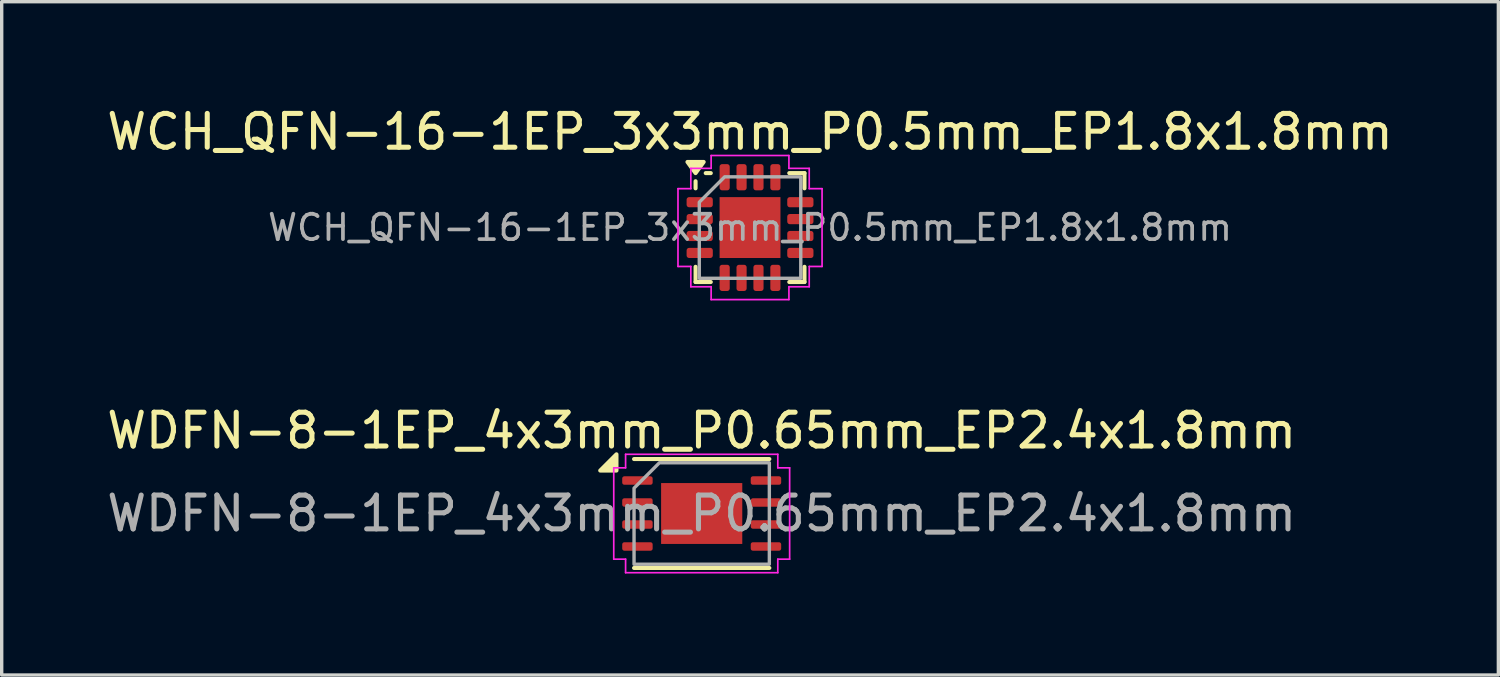
<source format=kicad_pcb>
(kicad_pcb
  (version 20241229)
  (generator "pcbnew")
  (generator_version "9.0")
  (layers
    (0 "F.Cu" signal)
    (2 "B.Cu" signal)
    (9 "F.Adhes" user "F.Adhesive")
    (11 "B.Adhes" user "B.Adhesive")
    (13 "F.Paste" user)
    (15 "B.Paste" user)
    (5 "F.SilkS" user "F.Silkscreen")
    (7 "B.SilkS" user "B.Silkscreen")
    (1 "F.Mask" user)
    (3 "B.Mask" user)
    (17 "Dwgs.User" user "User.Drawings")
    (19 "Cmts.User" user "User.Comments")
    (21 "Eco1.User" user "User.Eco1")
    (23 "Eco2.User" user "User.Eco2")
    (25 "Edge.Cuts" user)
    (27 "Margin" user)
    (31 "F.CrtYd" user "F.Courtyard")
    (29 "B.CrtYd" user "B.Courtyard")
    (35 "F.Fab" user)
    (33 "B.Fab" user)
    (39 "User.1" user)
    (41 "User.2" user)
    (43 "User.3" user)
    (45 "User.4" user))
  (footprint "WDFN-8-1EP_4x3mm_P0.65mm_EP2.4x1.8mm"
    (layer "F.Cu")
    (at 17.696 12.132)
    (property "Reference" "WDFN-8-1EP_4x3mm_P0.65mm_EP2.4x1.8mm" (at 0 -2.45 0) (layer "F.SilkS") (effects (font (size 1 1) (thickness 0.15))))
    (attr smd)
    (fp_line (start -2 -1.61) (end 2 -1.61) (stroke (width 0.12) (type solid)) (layer "F.SilkS"))
    (fp_line (start -2 1.61) (end 2 1.61) (stroke (width 0.12) (type solid)) (layer "F.SilkS"))
    (fp_poly (pts (xy -2.52 -1.27) (xy -3 -1.27) (xy -2.52 -1.75)) (stroke (width 0.12) (type solid)) (fill yes) (layer "F.SilkS"))
    (fp_line (start -2.6 -1.35) (end -2.25 -1.35) (stroke (width 0.05) (type solid)) (layer "F.CrtYd"))
    (fp_line (start -2.6 1.35) (end -2.6 -1.35) (stroke (width 0.05) (type solid)) (layer "F.CrtYd"))
    (fp_line (start -2.25 -1.75) (end 2.25 -1.75) (stroke (width 0.05) (type solid)) (layer "F.CrtYd"))
    (fp_line (start -2.25 -1.35) (end -2.25 -1.75) (stroke (width 0.05) (type solid)) (layer "F.CrtYd"))
    (fp_line (start -2.25 1.35) (end -2.6 1.35) (stroke (width 0.05) (type solid)) (layer "F.CrtYd"))
    (fp_line (start -2.25 1.75) (end -2.25 1.35) (stroke (width 0.05) (type solid)) (layer "F.CrtYd"))
    (fp_line (start 2.25 -1.75) (end 2.25 -1.35) (stroke (width 0.05) (type solid)) (layer "F.CrtYd"))
    (fp_line (start 2.25 -1.35) (end 2.6 -1.35) (stroke (width 0.05) (type solid)) (layer "F.CrtYd"))
    (fp_line (start 2.25 1.35) (end 2.25 1.75) (stroke (width 0.05) (type solid)) (layer "F.CrtYd"))
    (fp_line (start 2.25 1.75) (end -2.25 1.75) (stroke (width 0.05) (type solid)) (layer "F.CrtYd"))
    (fp_line (start 2.6 -1.35) (end 2.6 1.35) (stroke (width 0.05) (type solid)) (layer "F.CrtYd"))
    (fp_line (start 2.6 1.35) (end 2.25 1.35) (stroke (width 0.05) (type solid)) (layer "F.CrtYd"))
    (fp_poly (pts (xy -2 -0.75) (xy -2 1.5) (xy 2 1.5) (xy 2 -1.5) (xy -1.25 -1.5)) (stroke (width 0.1) (type solid)) (fill no) (layer "F.Fab"))
    (fp_text user "${REFERENCE}" (at 0 0 0) (layer "F.Fab") (effects (font (size 1 1) (thickness 0.15))))
    (pad "" smd roundrect (at -0.6 -0.45) (size 0.97 0.73) (layers "F.Paste") (roundrect_rratio 0.25))
    (pad "" smd roundrect (at -0.6 0.45) (size 0.97 0.73) (layers "F.Paste") (roundrect_rratio 0.25))
    (pad "" smd roundrect (at 0.6 -0.45) (size 0.97 0.73) (layers "F.Paste") (roundrect_rratio 0.25))
    (pad "" smd roundrect (at 0.6 0.45) (size 0.97 0.73) (layers "F.Paste") (roundrect_rratio 0.25))
    (pad "1" smd roundrect (at -1.9 -0.975) (size 0.9 0.25) (layers "F.Cu" "F.Mask" "F.Paste") (roundrect_rratio 0.25))
    (pad "2" smd roundrect (at -1.9 -0.325) (size 0.9 0.25) (layers "F.Cu" "F.Mask" "F.Paste") (roundrect_rratio 0.25))
    (pad "3" smd roundrect (at -1.9 0.325) (size 0.9 0.25) (layers "F.Cu" "F.Mask" "F.Paste") (roundrect_rratio 0.25))
    (pad "4" smd roundrect (at -1.9 0.975) (size 0.9 0.25) (layers "F.Cu" "F.Mask" "F.Paste") (roundrect_rratio 0.25))
    (pad "5" smd roundrect (at 1.9 0.975) (size 0.9 0.25) (layers "F.Cu" "F.Mask" "F.Paste") (roundrect_rratio 0.25))
    (pad "6" smd roundrect (at 1.9 0.325) (size 0.9 0.25) (layers "F.Cu" "F.Mask" "F.Paste") (roundrect_rratio 0.25))
    (pad "7" smd roundrect (at 1.9 -0.325) (size 0.9 0.25) (layers "F.Cu" "F.Mask" "F.Paste") (roundrect_rratio 0.25))
    (pad "8" smd roundrect (at 1.9 -0.975) (size 0.9 0.25) (layers "F.Cu" "F.Mask" "F.Paste") (roundrect_rratio 0.25))
    (pad "9" smd rect (at 0 0) (size 2.4 1.8) (property pad_prop_heatsink) (layers "F.Cu" "F.Mask")))
  (footprint "WCH_QFN-16-1EP_3x3mm_P0.5mm_EP1.8x1.8mm"
    (layer "F.Cu")
    (at 19.125 3.678)
    (property "Reference" "WCH_QFN-16-1EP_3x3mm_P0.5mm_EP1.8x1.8mm" (at 0 -2.83 0) (layer "F.SilkS") (effects (font (size 1 1) (thickness 0.15))))
    (attr smd)
    (fp_line (start -1.61 -1.16) (end -1.61 -1.37) (stroke (width 0.12) (type solid)) (layer "F.SilkS"))
    (fp_line (start -1.61 1.61) (end -1.61 1.16) (stroke (width 0.12) (type solid)) (layer "F.SilkS"))
    (fp_line (start -1.16 -1.61) (end -1.31 -1.61) (stroke (width 0.12) (type solid)) (layer "F.SilkS"))
    (fp_line (start -1.16 1.61) (end -1.61 1.61) (stroke (width 0.12) (type solid)) (layer "F.SilkS"))
    (fp_line (start 1.16 -1.61) (end 1.61 -1.61) (stroke (width 0.12) (type solid)) (layer "F.SilkS"))
    (fp_line (start 1.16 1.61) (end 1.61 1.61) (stroke (width 0.12) (type solid)) (layer "F.SilkS"))
    (fp_line (start 1.61 -1.61) (end 1.61 -1.16) (stroke (width 0.12) (type solid)) (layer "F.SilkS"))
    (fp_line (start 1.61 1.61) (end 1.61 1.16) (stroke (width 0.12) (type solid)) (layer "F.SilkS"))
    (fp_poly (pts (xy -1.61 -1.61) (xy -1.85 -1.94) (xy -1.37 -1.94)) (stroke (width 0.12) (type solid)) (fill yes) (layer "F.SilkS"))
    (fp_line (start -2.13 -1.15) (end -1.75 -1.15) (stroke (width 0.05) (type solid)) (layer "F.CrtYd"))
    (fp_line (start -2.13 1.15) (end -2.13 -1.15) (stroke (width 0.05) (type solid)) (layer "F.CrtYd"))
    (fp_line (start -1.75 -1.75) (end -1.15 -1.75) (stroke (width 0.05) (type solid)) (layer "F.CrtYd"))
    (fp_line (start -1.75 -1.15) (end -1.75 -1.75) (stroke (width 0.05) (type solid)) (layer "F.CrtYd"))
    (fp_line (start -1.75 1.15) (end -2.13 1.15) (stroke (width 0.05) (type solid)) (layer "F.CrtYd"))
    (fp_line (start -1.75 1.75) (end -1.75 1.15) (stroke (width 0.05) (type solid)) (layer "F.CrtYd"))
    (fp_line (start -1.15 -2.13) (end 1.15 -2.13) (stroke (width 0.05) (type solid)) (layer "F.CrtYd"))
    (fp_line (start -1.15 -1.75) (end -1.15 -2.13) (stroke (width 0.05) (type solid)) (layer "F.CrtYd"))
    (fp_line (start -1.15 1.75) (end -1.75 1.75) (stroke (width 0.05) (type solid)) (layer "F.CrtYd"))
    (fp_line (start -1.15 2.13) (end -1.15 1.75) (stroke (width 0.05) (type solid)) (layer "F.CrtYd"))
    (fp_line (start 1.15 -2.13) (end 1.15 -1.75) (stroke (width 0.05) (type solid)) (layer "F.CrtYd"))
    (fp_line (start 1.15 -1.75) (end 1.75 -1.75) (stroke (width 0.05) (type solid)) (layer "F.CrtYd"))
    (fp_line (start 1.15 1.75) (end 1.15 2.13) (stroke (width 0.05) (type solid)) (layer "F.CrtYd"))
    (fp_line (start 1.15 2.13) (end -1.15 2.13) (stroke (width 0.05) (type solid)) (layer "F.CrtYd"))
    (fp_line (start 1.75 -1.75) (end 1.75 -1.15) (stroke (width 0.05) (type solid)) (layer "F.CrtYd"))
    (fp_line (start 1.75 -1.15) (end 2.13 -1.15) (stroke (width 0.05) (type solid)) (layer "F.CrtYd"))
    (fp_line (start 1.75 1.15) (end 1.75 1.75) (stroke (width 0.05) (type solid)) (layer "F.CrtYd"))
    (fp_line (start 1.75 1.75) (end 1.15 1.75) (stroke (width 0.05) (type solid)) (layer "F.CrtYd"))
    (fp_line (start 2.13 -1.15) (end 2.13 1.15) (stroke (width 0.05) (type solid)) (layer "F.CrtYd"))
    (fp_line (start 2.13 1.15) (end 1.75 1.15) (stroke (width 0.05) (type solid)) (layer "F.CrtYd"))
    (fp_poly (pts (xy -1.5 -0.75) (xy -1.5 1.5) (xy 1.5 1.5) (xy 1.5 -1.5) (xy -0.75 -1.5)) (stroke (width 0.1) (type solid)) (fill no) (layer "F.Fab"))
    (fp_text user "${REFERENCE}" (at 0 0 0) (layer "F.Fab") (effects (font (size 0.75 0.75) (thickness 0.11))))
    (pad "" smd roundrect (at -0.45 -0.45) (size 0.73 0.73) (layers "F.Paste") (roundrect_rratio 0.25))
    (pad "" smd roundrect (at -0.45 0.45) (size 0.73 0.73) (layers "F.Paste") (roundrect_rratio 0.25))
    (pad "" smd roundrect (at 0.45 -0.45) (size 0.73 0.73) (layers "F.Paste") (roundrect_rratio 0.25))
    (pad "" smd roundrect (at 0.45 0.45) (size 0.73 0.73) (layers "F.Paste") (roundrect_rratio 0.25))
    (pad "1" smd roundrect (at -1.488 -0.75) (size 0.775 0.3) (layers "F.Cu" "F.Mask" "F.Paste") (roundrect_rratio 0.25))
    (pad "2" smd roundrect (at -1.488 -0.25) (size 0.775 0.3) (layers "F.Cu" "F.Mask" "F.Paste") (roundrect_rratio 0.25))
    (pad "3" smd roundrect (at -1.488 0.25) (size 0.775 0.3) (layers "F.Cu" "F.Mask" "F.Paste") (roundrect_rratio 0.25))
    (pad "4" smd roundrect (at -1.488 0.75) (size 0.775 0.3) (layers "F.Cu" "F.Mask" "F.Paste") (roundrect_rratio 0.25))
    (pad "5" smd roundrect (at -0.75 1.488) (size 0.3 0.775) (layers "F.Cu" "F.Mask" "F.Paste") (roundrect_rratio 0.25))
    (pad "6" smd roundrect (at -0.25 1.488) (size 0.3 0.775) (layers "F.Cu" "F.Mask" "F.Paste") (roundrect_rratio 0.25))
    (pad "7" smd roundrect (at 0.25 1.488) (size 0.3 0.775) (layers "F.Cu" "F.Mask" "F.Paste") (roundrect_rratio 0.25))
    (pad "8" smd roundrect (at 0.75 1.488) (size 0.3 0.775) (layers "F.Cu" "F.Mask" "F.Paste") (roundrect_rratio 0.25))
    (pad "9" smd roundrect (at 1.488 0.75) (size 0.775 0.3) (layers "F.Cu" "F.Mask" "F.Paste") (roundrect_rratio 0.25))
    (pad "10" smd roundrect (at 1.488 0.25) (size 0.775 0.3) (layers "F.Cu" "F.Mask" "F.Paste") (roundrect_rratio 0.25))
    (pad "11" smd roundrect (at 1.488 -0.25) (size 0.775 0.3) (layers "F.Cu" "F.Mask" "F.Paste") (roundrect_rratio 0.25))
    (pad "12" smd roundrect (at 1.488 -0.75) (size 0.775 0.3) (layers "F.Cu" "F.Mask" "F.Paste") (roundrect_rratio 0.25))
    (pad "13" smd roundrect (at 0.75 -1.488) (size 0.3 0.775) (layers "F.Cu" "F.Mask" "F.Paste") (roundrect_rratio 0.25))
    (pad "14" smd roundrect (at 0.25 -1.488) (size 0.3 0.775) (layers "F.Cu" "F.Mask" "F.Paste") (roundrect_rratio 0.25))
    (pad "15" smd roundrect (at -0.25 -1.488) (size 0.3 0.775) (layers "F.Cu" "F.Mask" "F.Paste") (roundrect_rratio 0.25))
    (pad "16" smd roundrect (at -0.75 -1.488) (size 0.3 0.775) (layers "F.Cu" "F.Mask" "F.Paste") (roundrect_rratio 0.25))
    (pad "17" smd rect (at 0 0) (size 1.8 1.8) (property pad_prop_heatsink) (layers "F.Cu" "F.Mask")))
  (gr_rect
    (start -3 -3)
    (end 41.25 16.907)
    (stroke (width 0.1) (type default))
    (fill no)
    (layer "Edge.Cuts")))
</source>
